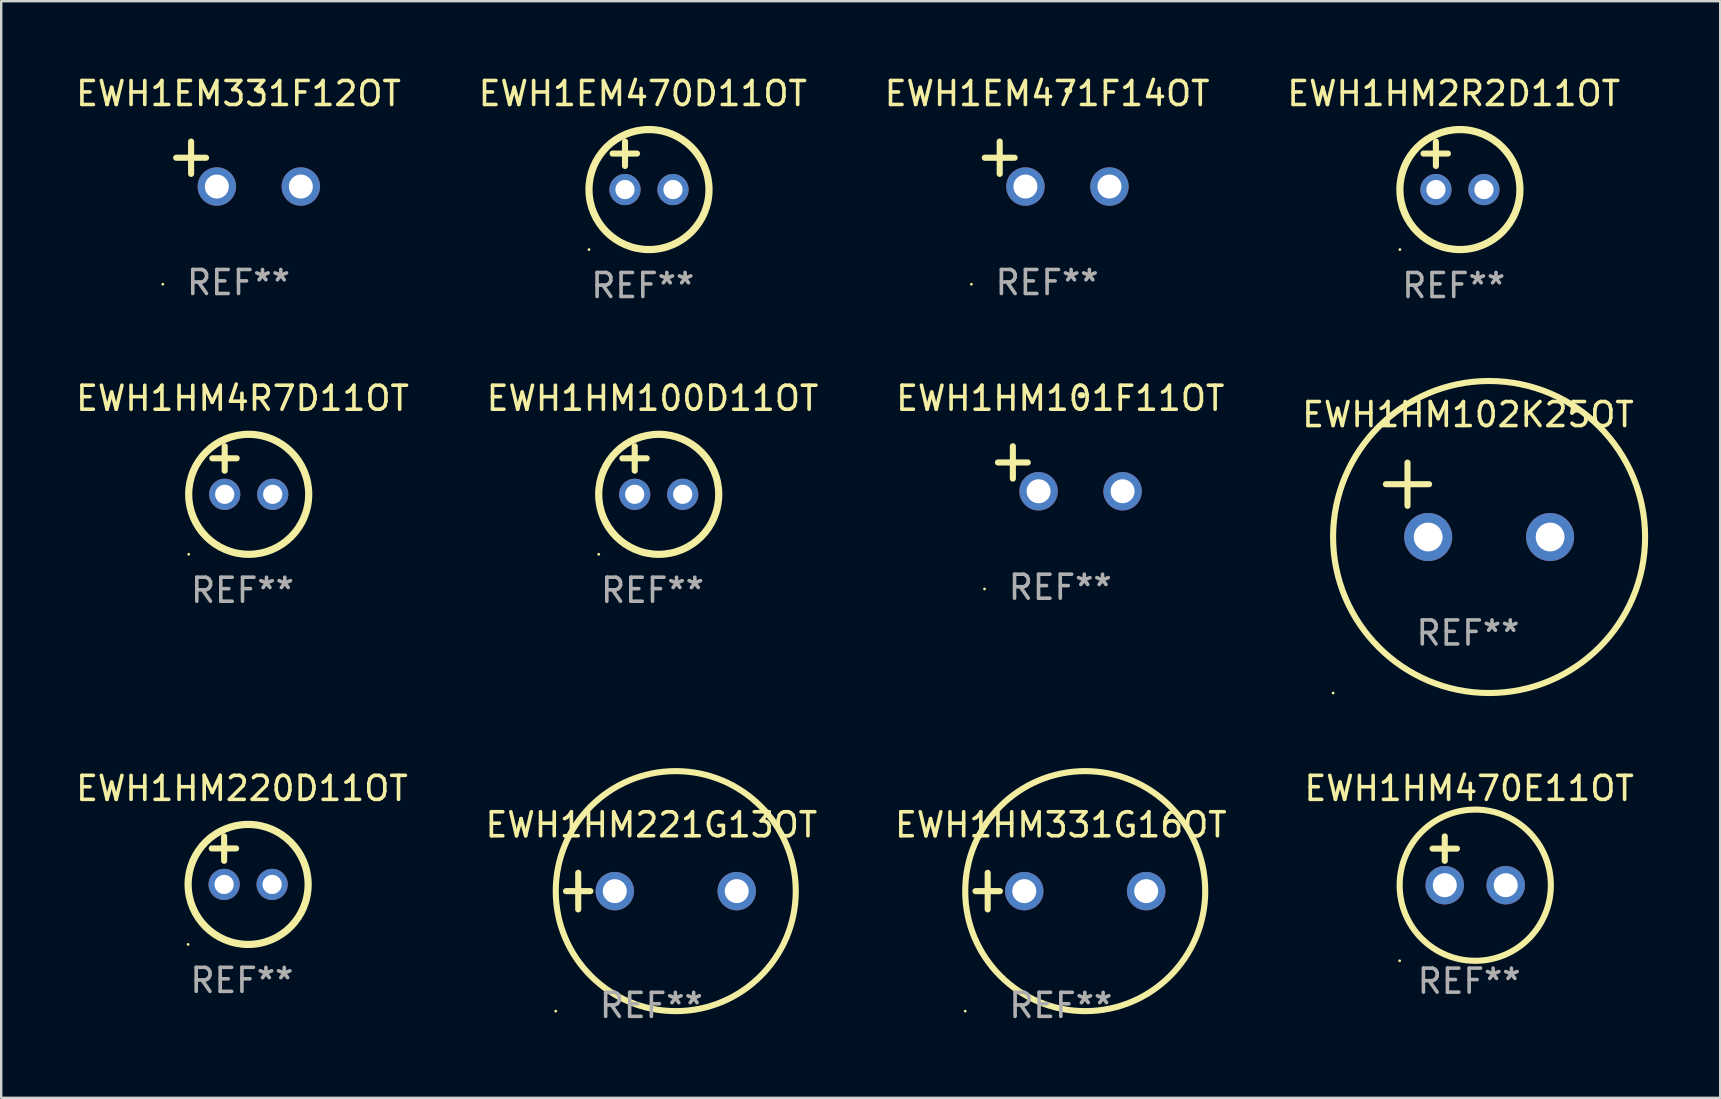
<source format=kicad_pcb>
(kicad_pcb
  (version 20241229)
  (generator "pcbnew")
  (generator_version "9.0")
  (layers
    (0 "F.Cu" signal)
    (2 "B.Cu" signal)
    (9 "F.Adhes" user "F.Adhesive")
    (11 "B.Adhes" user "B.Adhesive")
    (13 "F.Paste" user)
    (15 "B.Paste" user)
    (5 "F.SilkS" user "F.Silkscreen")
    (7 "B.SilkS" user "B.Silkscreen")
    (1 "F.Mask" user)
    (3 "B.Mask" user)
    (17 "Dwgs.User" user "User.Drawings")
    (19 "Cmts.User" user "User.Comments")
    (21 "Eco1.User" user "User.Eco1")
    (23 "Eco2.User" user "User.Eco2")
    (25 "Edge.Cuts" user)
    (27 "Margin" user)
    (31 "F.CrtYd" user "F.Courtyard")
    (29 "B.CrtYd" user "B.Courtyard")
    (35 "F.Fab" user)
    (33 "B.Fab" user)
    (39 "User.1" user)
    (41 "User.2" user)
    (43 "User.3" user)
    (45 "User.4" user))
  (footprint "EWH1EM470D11OT"
    (layer "F.Cu")
    (at 23.732 3.848)
    (property "Reference" "EWH1EM470D11OT" (at 0 -3 0) (layer "F.SilkS") (effects (font (size 1 1) (thickness 0.15))))
    (attr through_hole)
    (fp_line (start -1.258 -0.5) (end -0.242 -0.5) (stroke (width 0.254) (type solid)) (layer "F.SilkS"))
    (fp_line (start -0.742 -1) (end -0.742 0.016) (stroke (width 0.254) (type solid)) (layer "F.SilkS"))
    (fp_circle (center -2.242 3.5) (end -2.212 3.5) (stroke (width 0.06) (type solid)) (fill no) (layer "F.SilkS"))
    (fp_circle (center 0.258 1) (end 2.758 1) (stroke (width 0.3) (type solid)) (fill no) (layer "F.SilkS"))
    (fp_text user "REF**" (at 0 5 0) (layer "F.Fab") (effects (font (size 1 1) (thickness 0.15))))
    (pad "1" thru_hole circle (at -0.742 1) (size 1.3 1.3) (drill 0.8) (layers "*.Cu" "*.Mask"))
    (pad "2" thru_hole circle (at 1.258 1) (size 1.3 1.3) (drill 0.8) (layers "*.Cu" "*.Mask")))
  (footprint "EWH1HM221G13OT"
    (layer "F.Cu")
    (at 24.089 34.078)
    (property "Reference" "EWH1HM221G13OT" (at 0 -2.762 0) (layer "F.SilkS") (effects (font (size 1 1) (thickness 0.15))))
    (attr through_hole)
    (fp_line (start -3.556 0) (end -2.54 0) (stroke (width 0.254) (type solid)) (layer "F.SilkS"))
    (fp_line (start -3.048 -0.762) (end -3.048 0.762) (stroke (width 0.254) (type solid)) (layer "F.SilkS"))
    (fp_circle (center -3.984 5) (end -3.954 5) (stroke (width 0.06) (type solid)) (fill no) (layer "F.SilkS"))
    (fp_circle (center 1.016 0) (end 6.016 0) (stroke (width 0.254) (type solid)) (fill no) (layer "F.SilkS"))
    (fp_text user "REF**" (at 0 4.762 0) (layer "F.Fab") (effects (font (size 1 1) (thickness 0.15))))
    (pad "1" thru_hole circle (at -1.524 0) (size 1.6 1.6) (drill 1) (layers "*.Cu" "*.Mask"))
    (pad "2" thru_hole circle (at 3.556 0) (size 1.6 1.6) (drill 1) (layers "*.Cu" "*.Mask")))
  (footprint "EWH1EM331F12OT"
    (layer "F.Cu")
    (at 6.887 3.785)
    (property "Reference" "EWH1EM331F12OT" (at 0 -2.937 0) (layer "F.SilkS") (effects (font (size 1 1) (thickness 0.15))))
    (attr through_hole)
    (fp_line (start -1.975 0.41) (end -1.975 -0.937) (stroke (width 0.254) (type solid)) (layer "F.SilkS"))
    (fp_line (start -1.353 -0.263) (end -2.597 -0.263) (stroke (width 0.254) (type solid)) (layer "F.SilkS"))
    (fp_arc (start 0.849809 -3.063957) (mid 0.885369 -3.064114) (end 0.920929 -3.063957) (stroke (width 0.254001) (type solid)) (layer "F.SilkS"))
    (fp_circle (center -3.154 5.008) (end -3.124 5.008) (stroke (width 0.06) (type solid)) (fill no) (layer "F.SilkS"))
    (fp_text user "REF**" (at 0 4.937 0) (layer "F.Fab") (effects (font (size 1 1) (thickness 0.15))))
    (pad "1" thru_hole circle (at -0.903 0.937) (size 1.6 1.6) (drill 1) (layers "*.Cu" "*.Mask"))
    (pad "2" thru_hole circle (at 2.597 0.937) (size 1.6 1.6) (drill 1) (layers "*.Cu" "*.Mask")))
  (footprint "EWH1EM471F14OT"
    (layer "F.Cu")
    (at 40.577 3.785)
    (property "Reference" "EWH1EM471F14OT" (at 0 -2.937 0) (layer "F.SilkS") (effects (font (size 1 1) (thickness 0.15))))
    (attr through_hole)
    (fp_line (start -1.975 0.41) (end -1.975 -0.937) (stroke (width 0.254) (type solid)) (layer "F.SilkS"))
    (fp_line (start -1.353 -0.263) (end -2.597 -0.263) (stroke (width 0.254) (type solid)) (layer "F.SilkS"))
    (fp_arc (start 0.849809 -3.063957) (mid 0.885369 -3.064114) (end 0.920929 -3.063957) (stroke (width 0.254001) (type solid)) (layer "F.SilkS"))
    (fp_circle (center -3.154 5.008) (end -3.124 5.008) (stroke (width 0.06) (type solid)) (fill no) (layer "F.SilkS"))
    (fp_text user "REF**" (at 0 4.937 0) (layer "F.Fab") (effects (font (size 1 1) (thickness 0.15))))
    (pad "1" thru_hole circle (at -0.903 0.937) (size 1.6 1.6) (drill 1) (layers "*.Cu" "*.Mask"))
    (pad "2" thru_hole circle (at 2.597 0.937) (size 1.6 1.6) (drill 1) (layers "*.Cu" "*.Mask")))
  (footprint "EWH1HM102K25OT"
    (layer "F.Cu")
    (at 58.113 17.774)
    (property "Reference" "EWH1HM102K25OT" (at 0 -3.55 0) (layer "F.SilkS") (effects (font (size 1 1) (thickness 0.15))))
    (attr through_hole)
    (fp_line (start -3.421 -0.65) (end -1.621 -0.65) (stroke (width 0.254) (type solid)) (layer "F.SilkS"))
    (fp_line (start -2.521 -1.55) (end -2.521 0.25) (stroke (width 0.254) (type solid)) (layer "F.SilkS"))
    (fp_circle (center -5.619 8.05) (end -5.589 8.05) (stroke (width 0.06) (type solid)) (fill no) (layer "F.SilkS"))
    (fp_circle (center 0.879 1.55) (end 7.379 1.55) (stroke (width 0.254) (type solid)) (fill no) (layer "F.SilkS"))
    (fp_text user "REF**" (at 0 5.55 0) (layer "F.Fab") (effects (font (size 1 1) (thickness 0.15))))
    (pad "1" thru_hole circle (at -1.659 1.55) (size 2 2) (drill 1.2) (layers "*.Cu" "*.Mask"))
    (pad "2" thru_hole circle (at 3.421 1.55) (size 2 2) (drill 1.2) (layers "*.Cu" "*.Mask")))
  (footprint "EWH1HM2R2D11OT"
    (layer "F.Cu")
    (at 57.518 3.848)
    (property "Reference" "EWH1HM2R2D11OT" (at 0 -3 0) (layer "F.SilkS") (effects (font (size 1 1) (thickness 0.15))))
    (attr through_hole)
    (fp_line (start -1.258 -0.5) (end -0.242 -0.5) (stroke (width 0.254) (type solid)) (layer "F.SilkS"))
    (fp_line (start -0.742 -1) (end -0.742 0.016) (stroke (width 0.254) (type solid)) (layer "F.SilkS"))
    (fp_circle (center -2.242 3.5) (end -2.212 3.5) (stroke (width 0.06) (type solid)) (fill no) (layer "F.SilkS"))
    (fp_circle (center 0.258 1) (end 2.758 1) (stroke (width 0.3) (type solid)) (fill no) (layer "F.SilkS"))
    (fp_text user "REF**" (at 0 5 0) (layer "F.Fab") (effects (font (size 1 1) (thickness 0.15))))
    (pad "1" thru_hole circle (at -0.742 1) (size 1.3 1.3) (drill 0.8) (layers "*.Cu" "*.Mask"))
    (pad "2" thru_hole circle (at 1.258 1) (size 1.3 1.3) (drill 0.8) (layers "*.Cu" "*.Mask")))
  (footprint "EWH1HM100D11OT"
    (layer "F.Cu")
    (at 24.137 16.545)
    (property "Reference" "EWH1HM100D11OT" (at 0 -3 0) (layer "F.SilkS") (effects (font (size 1 1) (thickness 0.15))))
    (attr through_hole)
    (fp_line (start -1.258 -0.5) (end -0.242 -0.5) (stroke (width 0.254) (type solid)) (layer "F.SilkS"))
    (fp_line (start -0.742 -1) (end -0.742 0.016) (stroke (width 0.254) (type solid)) (layer "F.SilkS"))
    (fp_circle (center -2.242 3.5) (end -2.212 3.5) (stroke (width 0.06) (type solid)) (fill no) (layer "F.SilkS"))
    (fp_circle (center 0.258 1) (end 2.758 1) (stroke (width 0.3) (type solid)) (fill no) (layer "F.SilkS"))
    (fp_text user "REF**" (at 0 5 0) (layer "F.Fab") (effects (font (size 1 1) (thickness 0.15))))
    (pad "1" thru_hole circle (at -0.742 1) (size 1.3 1.3) (drill 0.8) (layers "*.Cu" "*.Mask"))
    (pad "2" thru_hole circle (at 1.258 1) (size 1.3 1.3) (drill 0.8) (layers "*.Cu" "*.Mask")))
  (footprint "EWH1HM331G16OT"
    (layer "F.Cu")
    (at 41.149 34.078)
    (property "Reference" "EWH1HM331G16OT" (at 0 -2.762 0) (layer "F.SilkS") (effects (font (size 1 1) (thickness 0.15))))
    (attr through_hole)
    (fp_line (start -3.556 0) (end -2.54 0) (stroke (width 0.254) (type solid)) (layer "F.SilkS"))
    (fp_line (start -3.048 -0.762) (end -3.048 0.762) (stroke (width 0.254) (type solid)) (layer "F.SilkS"))
    (fp_circle (center -3.984 5) (end -3.954 5) (stroke (width 0.06) (type solid)) (fill no) (layer "F.SilkS"))
    (fp_circle (center 1.016 0) (end 6.016 0) (stroke (width 0.254) (type solid)) (fill no) (layer "F.SilkS"))
    (fp_text user "REF**" (at 0 4.762 0) (layer "F.Fab") (effects (font (size 1 1) (thickness 0.15))))
    (pad "1" thru_hole circle (at -1.524 0) (size 1.6 1.6) (drill 1) (layers "*.Cu" "*.Mask"))
    (pad "2" thru_hole circle (at 3.556 0) (size 1.6 1.6) (drill 1) (layers "*.Cu" "*.Mask")))
  (footprint "EWH1HM220D11OT"
    (layer "F.Cu")
    (at 7.03 32.799)
    (property "Reference" "EWH1HM220D11OT" (at 0 -3 0) (layer "F.SilkS") (effects (font (size 1 1) (thickness 0.15))))
    (attr through_hole)
    (fp_line (start -1.258 -0.5) (end -0.242 -0.5) (stroke (width 0.254) (type solid)) (layer "F.SilkS"))
    (fp_line (start -0.742 -1) (end -0.742 0.016) (stroke (width 0.254) (type solid)) (layer "F.SilkS"))
    (fp_circle (center -2.242 3.5) (end -2.212 3.5) (stroke (width 0.06) (type solid)) (fill no) (layer "F.SilkS"))
    (fp_circle (center 0.258 1) (end 2.758 1) (stroke (width 0.3) (type solid)) (fill no) (layer "F.SilkS"))
    (fp_text user "REF**" (at 0 5 0) (layer "F.Fab") (effects (font (size 1 1) (thickness 0.15))))
    (pad "1" thru_hole circle (at -0.742 1) (size 1.3 1.3) (drill 0.8) (layers "*.Cu" "*.Mask"))
    (pad "2" thru_hole circle (at 1.258 1) (size 1.3 1.3) (drill 0.8) (layers "*.Cu" "*.Mask")))
  (footprint "EWH1HM4R7D11OT"
    (layer "F.Cu")
    (at 7.054 16.545)
    (property "Reference" "EWH1HM4R7D11OT" (at 0 -3 0) (layer "F.SilkS") (effects (font (size 1 1) (thickness 0.15))))
    (attr through_hole)
    (fp_line (start -1.258 -0.5) (end -0.242 -0.5) (stroke (width 0.254) (type solid)) (layer "F.SilkS"))
    (fp_line (start -0.742 -1) (end -0.742 0.016) (stroke (width 0.254) (type solid)) (layer "F.SilkS"))
    (fp_circle (center -2.242 3.5) (end -2.212 3.5) (stroke (width 0.06) (type solid)) (fill no) (layer "F.SilkS"))
    (fp_circle (center 0.258 1) (end 2.758 1) (stroke (width 0.3) (type solid)) (fill no) (layer "F.SilkS"))
    (fp_text user "REF**" (at 0 5 0) (layer "F.Fab") (effects (font (size 1 1) (thickness 0.15))))
    (pad "1" thru_hole circle (at -0.742 1) (size 1.3 1.3) (drill 0.8) (layers "*.Cu" "*.Mask"))
    (pad "2" thru_hole circle (at 1.258 1) (size 1.3 1.3) (drill 0.8) (layers "*.Cu" "*.Mask")))
  (footprint "EWH1HM101F11OT"
    (layer "F.Cu")
    (at 41.125 16.481)
    (property "Reference" "EWH1HM101F11OT" (at 0 -2.937 0) (layer "F.SilkS") (effects (font (size 1 1) (thickness 0.15))))
    (attr through_hole)
    (fp_line (start -1.975 0.41) (end -1.975 -0.937) (stroke (width 0.254) (type solid)) (layer "F.SilkS"))
    (fp_line (start -1.353 -0.263) (end -2.597 -0.263) (stroke (width 0.254) (type solid)) (layer "F.SilkS"))
    (fp_arc (start 0.849809 -3.063957) (mid 0.885369 -3.064114) (end 0.920929 -3.063957) (stroke (width 0.254001) (type solid)) (layer "F.SilkS"))
    (fp_circle (center -3.154 5.008) (end -3.124 5.008) (stroke (width 0.06) (type solid)) (fill no) (layer "F.SilkS"))
    (fp_text user "REF**" (at 0 4.937 0) (layer "F.Fab") (effects (font (size 1 1) (thickness 0.15))))
    (pad "1" thru_hole circle (at -0.903 0.937) (size 1.6 1.6) (drill 1) (layers "*.Cu" "*.Mask"))
    (pad "2" thru_hole circle (at 2.597 0.937) (size 1.6 1.6) (drill 1) (layers "*.Cu" "*.Mask")))
  (footprint "EWH1HM470E11OT"
    (layer "F.Cu")
    (at 58.161 32.815)
    (property "Reference" "EWH1HM470E11OT" (at 0 -3.016 0) (layer "F.SilkS") (effects (font (size 1 1) (thickness 0.15))))
    (attr through_hole)
    (fp_line (start -1.524 -0.508) (end -0.508 -0.508) (stroke (width 0.254) (type solid)) (layer "F.SilkS"))
    (fp_line (start -1.016 -1.016) (end -1.016 0) (stroke (width 0.254) (type solid)) (layer "F.SilkS"))
    (fp_circle (center -2.896 4.166) (end -2.866 4.166) (stroke (width 0.06) (type solid)) (fill no) (layer "F.SilkS"))
    (fp_circle (center 0.254 1.016) (end 3.404 1.016) (stroke (width 0.254) (type solid)) (fill no) (layer "F.SilkS"))
    (fp_text user "REF**" (at 0 5.016 0) (layer "F.Fab") (effects (font (size 1 1) (thickness 0.15))))
    (pad "1" thru_hole circle (at -1.016 1.016) (size 1.6 1.6) (drill 1) (layers "*.Cu" "*.Mask"))
    (pad "2" thru_hole circle (at 1.524 1.016) (size 1.6 1.6) (drill 1) (layers "*.Cu" "*.Mask")))
  (gr_rect
    (start -3 -3)
    (end 68.62 42.688)
    (stroke (width 0.1) (type default))
    (fill no)
    (layer "Edge.Cuts")))
</source>
